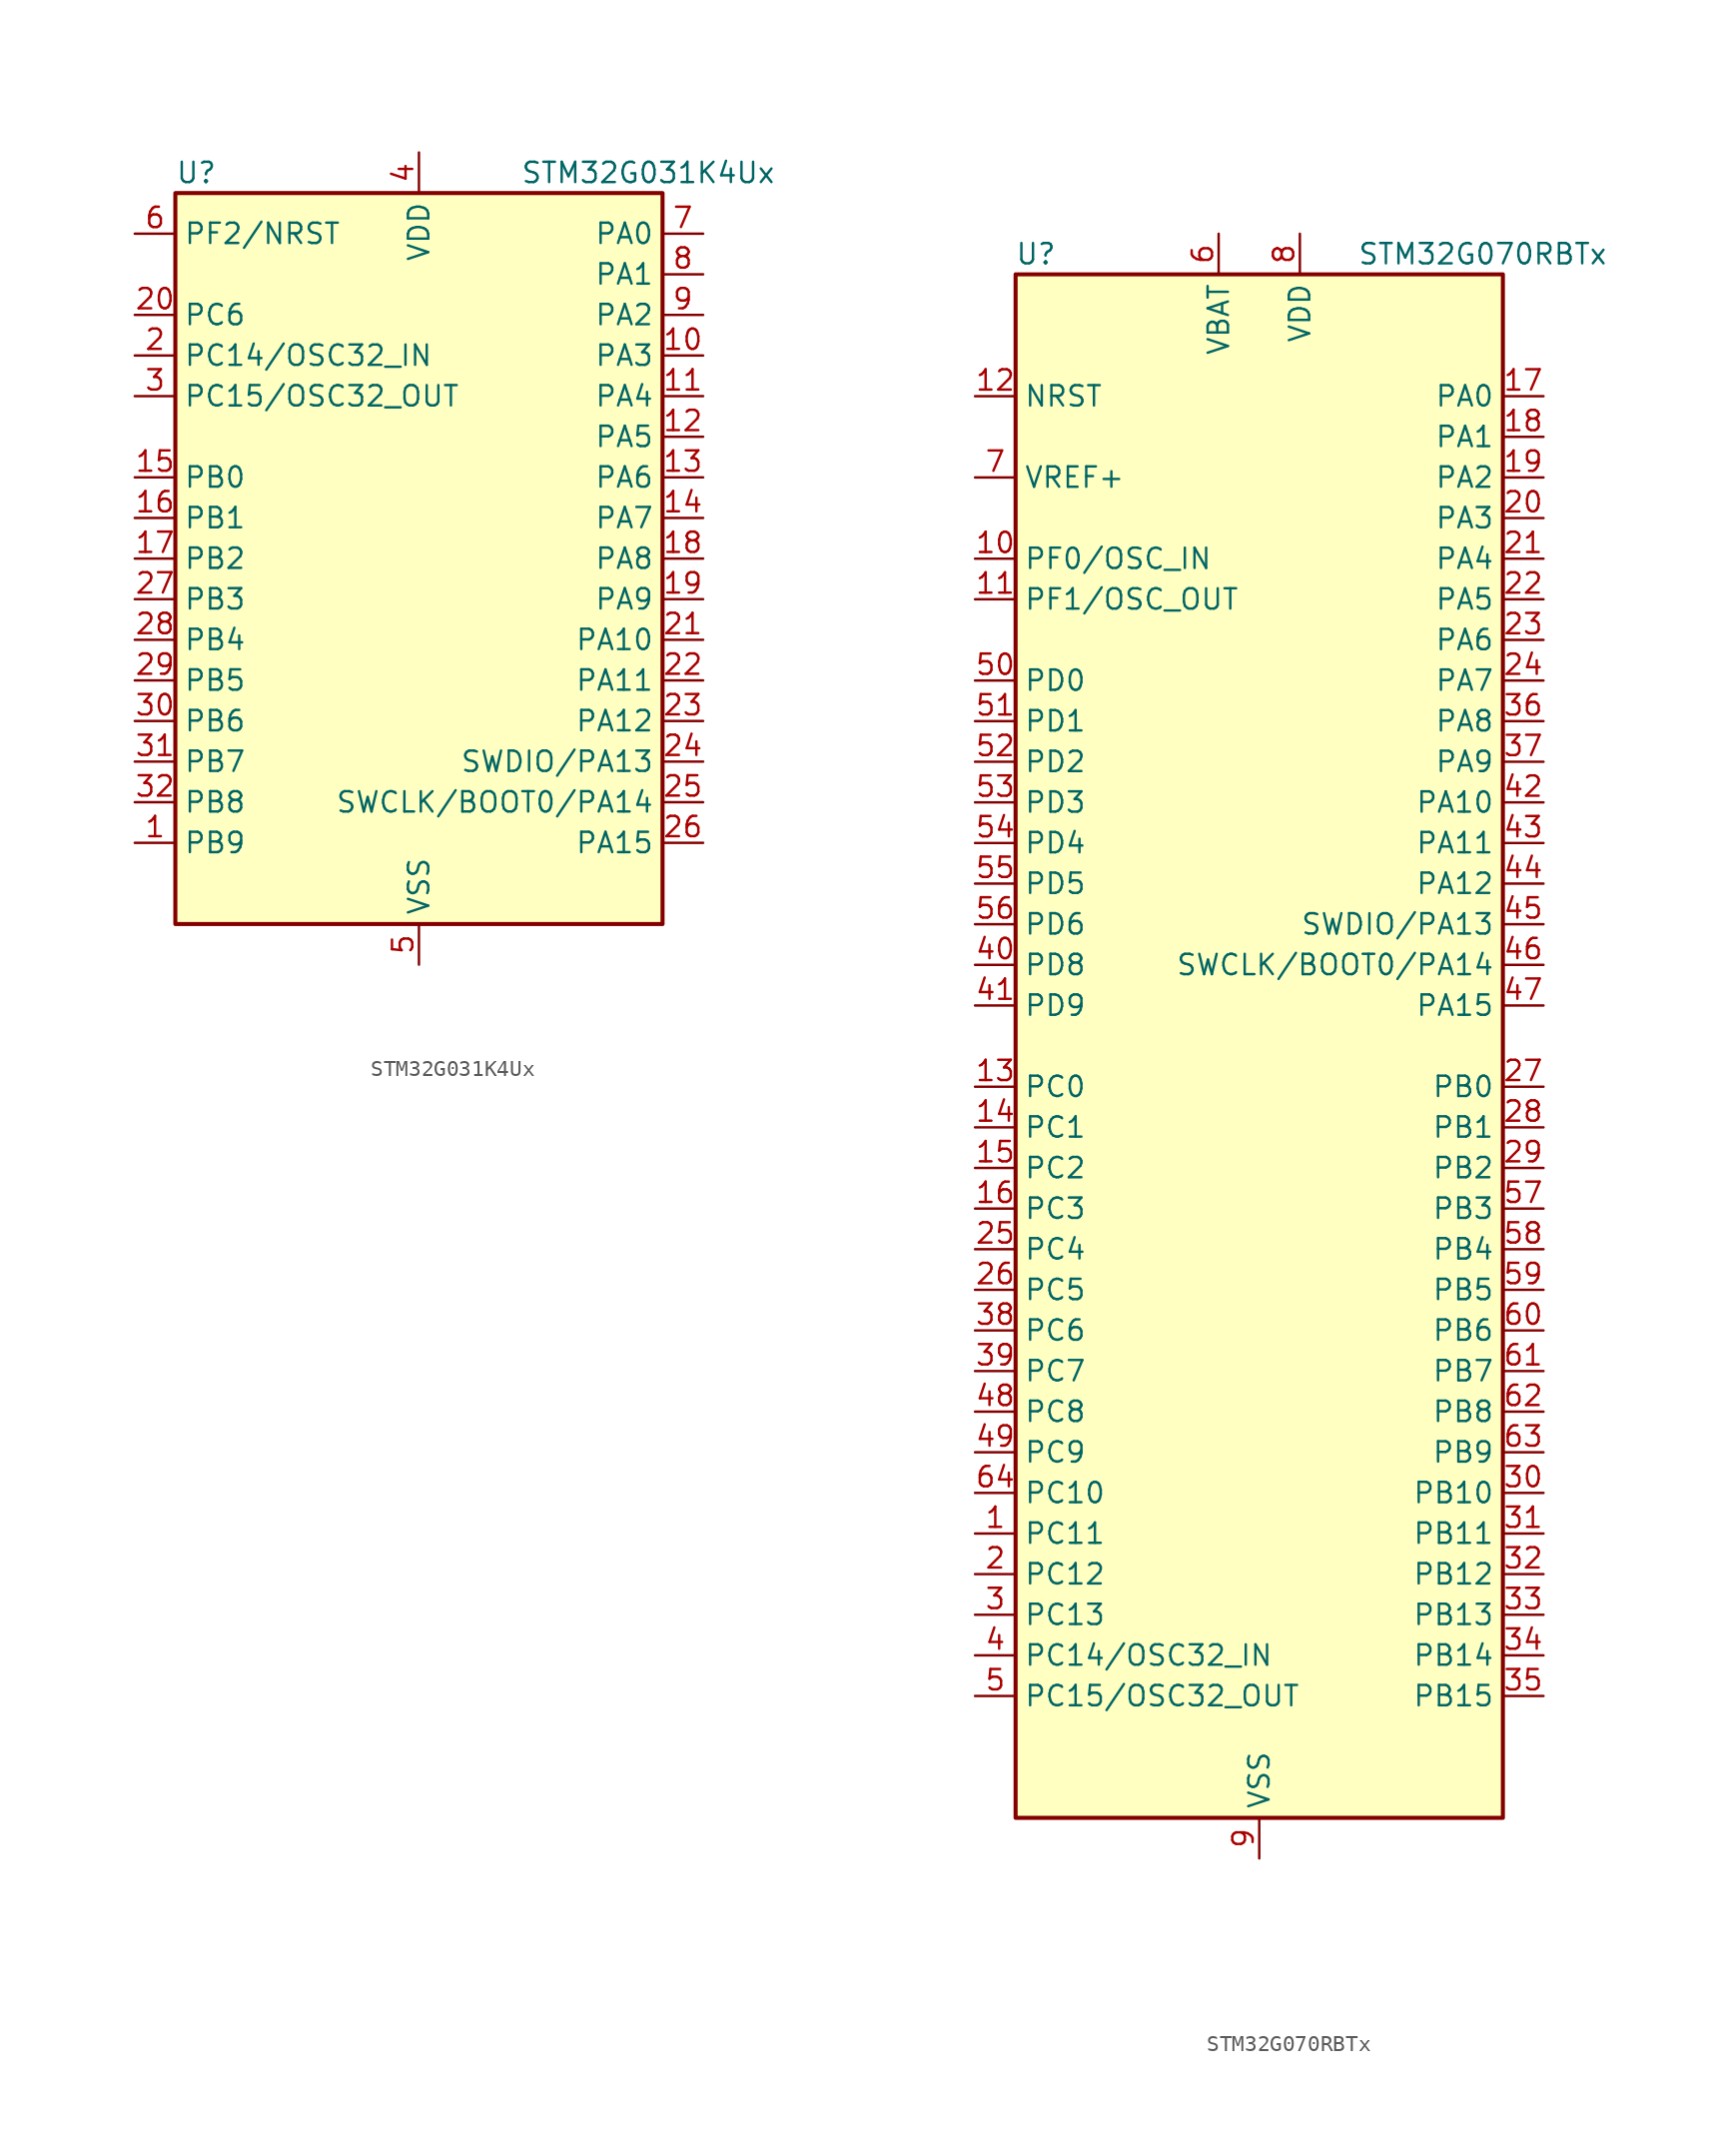
<source format=kicad_sym>
(kicad_symbol_lib
  (version 20211014)
  (generator kicad_symbol_editor)
  (symbol "STM32G031K4Ux"
    (property "Reference" "U"
      (at -15.24 24.13 0)
      (effects (font (size 1.27 1.27)) (justify left)))
    (property "Value" "STM32G031K4Ux"
      (at 6.35 24.13 0)
      (effects (font (size 1.27 1.27)) (justify left)))
    (symbol "STM32G031K4Ux_0_1"
      (rectangle (start -15.24 -22.86) (end 15.24 22.86) (stroke (width 0.254) (type default) (color 0 0 0 0)) (fill (type background))))
    (symbol "STM32G031K4Ux_1_1"
      (pin bidirectional line (at -17.78 -17.78 0) (length 2.54) (name "PB9" (effects (font (size 1.27 1.27)))) (number "1" (effects (font (size 1.27 1.27)))))
      (pin bidirectional line (at 17.78 12.7 180) (length 2.54) (name "PA3" (effects (font (size 1.27 1.27)))) (number "10" (effects (font (size 1.27 1.27)))))
      (pin bidirectional line (at 17.78 10.16 180) (length 2.54) (name "PA4" (effects (font (size 1.27 1.27)))) (number "11" (effects (font (size 1.27 1.27)))))
      (pin bidirectional line (at 17.78 7.62 180) (length 2.54) (name "PA5" (effects (font (size 1.27 1.27)))) (number "12" (effects (font (size 1.27 1.27)))))
      (pin bidirectional line (at 17.78 5.08 180) (length 2.54) (name "PA6" (effects (font (size 1.27 1.27)))) (number "13" (effects (font (size 1.27 1.27)))))
      (pin bidirectional line (at 17.78 2.54 180) (length 2.54) (name "PA7" (effects (font (size 1.27 1.27)))) (number "14" (effects (font (size 1.27 1.27)))))
      (pin bidirectional line (at -17.78 5.08 0) (length 2.54) (name "PB0" (effects (font (size 1.27 1.27)))) (number "15" (effects (font (size 1.27 1.27)))))
      (pin bidirectional line (at -17.78 2.54 0) (length 2.54) (name "PB1" (effects (font (size 1.27 1.27)))) (number "16" (effects (font (size 1.27 1.27)))))
      (pin bidirectional line (at -17.78 0 0) (length 2.54) (name "PB2" (effects (font (size 1.27 1.27)))) (number "17" (effects (font (size 1.27 1.27)))))
      (pin bidirectional line (at 17.78 0 180) (length 2.54) (name "PA8" (effects (font (size 1.27 1.27)))) (number "18" (effects (font (size 1.27 1.27)))))
      (pin bidirectional line (at 17.78 -2.54 180) (length 2.54) (name "PA9" (effects (font (size 1.27 1.27)))) (number "19" (effects (font (size 1.27 1.27)))))
      (pin bidirectional line (at -17.78 12.7 0) (length 2.54) (name "PC14/OSC32_IN" (effects (font (size 1.27 1.27)))) (number "2" (effects (font (size 1.27 1.27)))))
      (pin bidirectional line (at -17.78 15.24 0) (length 2.54) (name "PC6" (effects (font (size 1.27 1.27)))) (number "20" (effects (font (size 1.27 1.27)))))
      (pin bidirectional line (at 17.78 -5.08 180) (length 2.54) (name "PA10" (effects (font (size 1.27 1.27)))) (number "21" (effects (font (size 1.27 1.27)))))
      (pin bidirectional line (at 17.78 -7.62 180) (length 2.54) (name "PA11" (effects (font (size 1.27 1.27)))) (number "22" (effects (font (size 1.27 1.27)))))
      (pin bidirectional line (at 17.78 -10.16 180) (length 2.54) (name "PA12" (effects (font (size 1.27 1.27)))) (number "23" (effects (font (size 1.27 1.27)))))
      (pin bidirectional line (at 17.78 -12.7 180) (length 2.54) (name "SWDIO/PA13" (effects (font (size 1.27 1.27)))) (number "24" (effects (font (size 1.27 1.27)))))
      (pin bidirectional line (at 17.78 -15.24 180) (length 2.54) (name "SWCLK/BOOT0/PA14" (effects (font (size 1.27 1.27)))) (number "25" (effects (font (size 1.27 1.27)))))
      (pin bidirectional line (at 17.78 -17.78 180) (length 2.54) (name "PA15" (effects (font (size 1.27 1.27)))) (number "26" (effects (font (size 1.27 1.27)))))
      (pin bidirectional line (at -17.78 -2.54 0) (length 2.54) (name "PB3" (effects (font (size 1.27 1.27)))) (number "27" (effects (font (size 1.27 1.27)))))
      (pin bidirectional line (at -17.78 -5.08 0) (length 2.54) (name "PB4" (effects (font (size 1.27 1.27)))) (number "28" (effects (font (size 1.27 1.27)))))
      (pin bidirectional line (at -17.78 -7.62 0) (length 2.54) (name "PB5" (effects (font (size 1.27 1.27)))) (number "29" (effects (font (size 1.27 1.27)))))
      (pin bidirectional line (at -17.78 10.16 0) (length 2.54) (name "PC15/OSC32_OUT" (effects (font (size 1.27 1.27)))) (number "3" (effects (font (size 1.27 1.27)))))
      (pin bidirectional line (at -17.78 -10.16 0) (length 2.54) (name "PB6" (effects (font (size 1.27 1.27)))) (number "30" (effects (font (size 1.27 1.27)))))
      (pin bidirectional line (at -17.78 -12.7 0) (length 2.54) (name "PB7" (effects (font (size 1.27 1.27)))) (number "31" (effects (font (size 1.27 1.27)))))
      (pin bidirectional line (at -17.78 -15.24 0) (length 2.54) (name "PB8" (effects (font (size 1.27 1.27)))) (number "32" (effects (font (size 1.27 1.27)))))
      (pin power_in line (at 0 25.4 270) (length 2.54) (name "VDD" (effects (font (size 1.27 1.27)))) (number "4" (effects (font (size 1.27 1.27)))))
      (pin power_in line (at 0 -25.4 90) (length 2.54) (name "VSS" (effects (font (size 1.27 1.27)))) (number "5" (effects (font (size 1.27 1.27)))))
      (pin bidirectional line (at -17.78 20.32 0) (length 2.54) (name "PF2/NRST" (effects (font (size 1.27 1.27)))) (number "6" (effects (font (size 1.27 1.27)))))
      (pin bidirectional line (at 17.78 20.32 180) (length 2.54) (name "PA0" (effects (font (size 1.27 1.27)))) (number "7" (effects (font (size 1.27 1.27)))))
      (pin bidirectional line (at 17.78 17.78 180) (length 2.54) (name "PA1" (effects (font (size 1.27 1.27)))) (number "8" (effects (font (size 1.27 1.27)))))
      (pin bidirectional line (at 17.78 15.24 180) (length 2.54) (name "PA2" (effects (font (size 1.27 1.27)))) (number "9" (effects (font (size 1.27 1.27)))))))
  (symbol "STM32G070RBTx"
    (property "Reference" "U"
      (at -13.97 49.53 0)
      (effects (font (size 1.27 1.27))))
    (property "Value" "STM32G070RBTx"
      (at 13.97 49.53 0)
      (effects (font (size 1.27 1.27))))
    (symbol "STM32G070RBTx_0_1"
      (rectangle (start -15.24 48.26) (end 15.24 -48.26) (stroke (width 0.254) (type default) (color 0 0 0 0)) (fill (type background))))
    (symbol "STM32G070RBTx_1_1"
      (pin bidirectional line (at -17.78 -30.48 0) (length 2.54) (name "PC11" (effects (font (size 1.27 1.27)))) (number "1" (effects (font (size 1.27 1.27)))))
      (pin bidirectional line (at -17.78 30.48 0) (length 2.54) (name "PF0/OSC_IN" (effects (font (size 1.27 1.27)))) (number "10" (effects (font (size 1.27 1.27)))))
      (pin bidirectional line (at -17.78 27.94 0) (length 2.54) (name "PF1/OSC_OUT" (effects (font (size 1.27 1.27)))) (number "11" (effects (font (size 1.27 1.27)))))
      (pin input line (at -17.78 40.64 0) (length 2.54) (name "NRST" (effects (font (size 1.27 1.27)))) (number "12" (effects (font (size 1.27 1.27)))))
      (pin bidirectional line (at -17.78 -2.54 0) (length 2.54) (name "PC0" (effects (font (size 1.27 1.27)))) (number "13" (effects (font (size 1.27 1.27)))))
      (pin bidirectional line (at -17.78 -5.08 0) (length 2.54) (name "PC1" (effects (font (size 1.27 1.27)))) (number "14" (effects (font (size 1.27 1.27)))))
      (pin bidirectional line (at -17.78 -7.62 0) (length 2.54) (name "PC2" (effects (font (size 1.27 1.27)))) (number "15" (effects (font (size 1.27 1.27)))))
      (pin bidirectional line (at -17.78 -10.16 0) (length 2.54) (name "PC3" (effects (font (size 1.27 1.27)))) (number "16" (effects (font (size 1.27 1.27)))))
      (pin bidirectional line (at 17.78 40.64 180) (length 2.54) (name "PA0" (effects (font (size 1.27 1.27)))) (number "17" (effects (font (size 1.27 1.27)))))
      (pin bidirectional line (at 17.78 38.1 180) (length 2.54) (name "PA1" (effects (font (size 1.27 1.27)))) (number "18" (effects (font (size 1.27 1.27)))))
      (pin bidirectional line (at 17.78 35.56 180) (length 2.54) (name "PA2" (effects (font (size 1.27 1.27)))) (number "19" (effects (font (size 1.27 1.27)))))
      (pin bidirectional line (at -17.78 -33.02 0) (length 2.54) (name "PC12" (effects (font (size 1.27 1.27)))) (number "2" (effects (font (size 1.27 1.27)))))
      (pin bidirectional line (at 17.78 33.02 180) (length 2.54) (name "PA3" (effects (font (size 1.27 1.27)))) (number "20" (effects (font (size 1.27 1.27)))))
      (pin bidirectional line (at 17.78 30.48 180) (length 2.54) (name "PA4" (effects (font (size 1.27 1.27)))) (number "21" (effects (font (size 1.27 1.27)))))
      (pin bidirectional line (at 17.78 27.94 180) (length 2.54) (name "PA5" (effects (font (size 1.27 1.27)))) (number "22" (effects (font (size 1.27 1.27)))))
      (pin bidirectional line (at 17.78 25.4 180) (length 2.54) (name "PA6" (effects (font (size 1.27 1.27)))) (number "23" (effects (font (size 1.27 1.27)))))
      (pin bidirectional line (at 17.78 22.86 180) (length 2.54) (name "PA7" (effects (font (size 1.27 1.27)))) (number "24" (effects (font (size 1.27 1.27)))))
      (pin bidirectional line (at -17.78 -12.7 0) (length 2.54) (name "PC4" (effects (font (size 1.27 1.27)))) (number "25" (effects (font (size 1.27 1.27)))))
      (pin bidirectional line (at -17.78 -15.24 0) (length 2.54) (name "PC5" (effects (font (size 1.27 1.27)))) (number "26" (effects (font (size 1.27 1.27)))))
      (pin bidirectional line (at 17.78 -2.54 180) (length 2.54) (name "PB0" (effects (font (size 1.27 1.27)))) (number "27" (effects (font (size 1.27 1.27)))))
      (pin bidirectional line (at 17.78 -5.08 180) (length 2.54) (name "PB1" (effects (font (size 1.27 1.27)))) (number "28" (effects (font (size 1.27 1.27)))))
      (pin bidirectional line (at 17.78 -7.62 180) (length 2.54) (name "PB2" (effects (font (size 1.27 1.27)))) (number "29" (effects (font (size 1.27 1.27)))))
      (pin bidirectional line (at -17.78 -35.56 0) (length 2.54) (name "PC13" (effects (font (size 1.27 1.27)))) (number "3" (effects (font (size 1.27 1.27)))))
      (pin bidirectional line (at 17.78 -27.94 180) (length 2.54) (name "PB10" (effects (font (size 1.27 1.27)))) (number "30" (effects (font (size 1.27 1.27)))))
      (pin bidirectional line (at 17.78 -30.48 180) (length 2.54) (name "PB11" (effects (font (size 1.27 1.27)))) (number "31" (effects (font (size 1.27 1.27)))))
      (pin bidirectional line (at 17.78 -33.02 180) (length 2.54) (name "PB12" (effects (font (size 1.27 1.27)))) (number "32" (effects (font (size 1.27 1.27)))))
      (pin bidirectional line (at 17.78 -35.56 180) (length 2.54) (name "PB13" (effects (font (size 1.27 1.27)))) (number "33" (effects (font (size 1.27 1.27)))))
      (pin bidirectional line (at 17.78 -38.1 180) (length 2.54) (name "PB14" (effects (font (size 1.27 1.27)))) (number "34" (effects (font (size 1.27 1.27)))))
      (pin bidirectional line (at 17.78 -40.64 180) (length 2.54) (name "PB15" (effects (font (size 1.27 1.27)))) (number "35" (effects (font (size 1.27 1.27)))))
      (pin bidirectional line (at 17.78 20.32 180) (length 2.54) (name "PA8" (effects (font (size 1.27 1.27)))) (number "36" (effects (font (size 1.27 1.27)))))
      (pin bidirectional line (at 17.78 17.78 180) (length 2.54) (name "PA9" (effects (font (size 1.27 1.27)))) (number "37" (effects (font (size 1.27 1.27)))))
      (pin bidirectional line (at -17.78 -17.78 0) (length 2.54) (name "PC6" (effects (font (size 1.27 1.27)))) (number "38" (effects (font (size 1.27 1.27)))))
      (pin bidirectional line (at -17.78 -20.32 0) (length 2.54) (name "PC7" (effects (font (size 1.27 1.27)))) (number "39" (effects (font (size 1.27 1.27)))))
      (pin bidirectional line (at -17.78 -38.1 0) (length 2.54) (name "PC14/OSC32_IN" (effects (font (size 1.27 1.27)))) (number "4" (effects (font (size 1.27 1.27)))))
      (pin bidirectional line (at -17.78 5.08 0) (length 2.54) (name "PD8" (effects (font (size 1.27 1.27)))) (number "40" (effects (font (size 1.27 1.27)))))
      (pin bidirectional line (at -17.78 2.54 0) (length 2.54) (name "PD9" (effects (font (size 1.27 1.27)))) (number "41" (effects (font (size 1.27 1.27)))))
      (pin bidirectional line (at 17.78 15.24 180) (length 2.54) (name "PA10" (effects (font (size 1.27 1.27)))) (number "42" (effects (font (size 1.27 1.27)))))
      (pin bidirectional line (at 17.78 12.7 180) (length 2.54) (name "PA11" (effects (font (size 1.27 1.27)))) (number "43" (effects (font (size 1.27 1.27)))))
      (pin bidirectional line (at 17.78 10.16 180) (length 2.54) (name "PA12" (effects (font (size 1.27 1.27)))) (number "44" (effects (font (size 1.27 1.27)))))
      (pin bidirectional line (at 17.78 7.62 180) (length 2.54) (name "SWDIO/PA13" (effects (font (size 1.27 1.27)))) (number "45" (effects (font (size 1.27 1.27)))))
      (pin bidirectional line (at 17.78 5.08 180) (length 2.54) (name "SWCLK/BOOT0/PA14" (effects (font (size 1.27 1.27)))) (number "46" (effects (font (size 1.27 1.27)))))
      (pin bidirectional line (at 17.78 2.54 180) (length 2.54) (name "PA15" (effects (font (size 1.27 1.27)))) (number "47" (effects (font (size 1.27 1.27)))))
      (pin bidirectional line (at -17.78 -22.86 0) (length 2.54) (name "PC8" (effects (font (size 1.27 1.27)))) (number "48" (effects (font (size 1.27 1.27)))))
      (pin bidirectional line (at -17.78 -25.4 0) (length 2.54) (name "PC9" (effects (font (size 1.27 1.27)))) (number "49" (effects (font (size 1.27 1.27)))))
      (pin bidirectional line (at -17.78 -40.64 0) (length 2.54) (name "PC15/OSC32_OUT" (effects (font (size 1.27 1.27)))) (number "5" (effects (font (size 1.27 1.27)))))
      (pin bidirectional line (at -17.78 22.86 0) (length 2.54) (name "PD0" (effects (font (size 1.27 1.27)))) (number "50" (effects (font (size 1.27 1.27)))))
      (pin bidirectional line (at -17.78 20.32 0) (length 2.54) (name "PD1" (effects (font (size 1.27 1.27)))) (number "51" (effects (font (size 1.27 1.27)))))
      (pin bidirectional line (at -17.78 17.78 0) (length 2.54) (name "PD2" (effects (font (size 1.27 1.27)))) (number "52" (effects (font (size 1.27 1.27)))))
      (pin bidirectional line (at -17.78 15.24 0) (length 2.54) (name "PD3" (effects (font (size 1.27 1.27)))) (number "53" (effects (font (size 1.27 1.27)))))
      (pin bidirectional line (at -17.78 12.7 0) (length 2.54) (name "PD4" (effects (font (size 1.27 1.27)))) (number "54" (effects (font (size 1.27 1.27)))))
      (pin bidirectional line (at -17.78 10.16 0) (length 2.54) (name "PD5" (effects (font (size 1.27 1.27)))) (number "55" (effects (font (size 1.27 1.27)))))
      (pin bidirectional line (at -17.78 7.62 0) (length 2.54) (name "PD6" (effects (font (size 1.27 1.27)))) (number "56" (effects (font (size 1.27 1.27)))))
      (pin bidirectional line (at 17.78 -10.16 180) (length 2.54) (name "PB3" (effects (font (size 1.27 1.27)))) (number "57" (effects (font (size 1.27 1.27)))))
      (pin bidirectional line (at 17.78 -12.7 180) (length 2.54) (name "PB4" (effects (font (size 1.27 1.27)))) (number "58" (effects (font (size 1.27 1.27)))))
      (pin bidirectional line (at 17.78 -15.24 180) (length 2.54) (name "PB5" (effects (font (size 1.27 1.27)))) (number "59" (effects (font (size 1.27 1.27)))))
      (pin power_in line (at -2.54 50.8 270) (length 2.54) (name "VBAT" (effects (font (size 1.27 1.27)))) (number "6" (effects (font (size 1.27 1.27)))))
      (pin bidirectional line (at 17.78 -17.78 180) (length 2.54) (name "PB6" (effects (font (size 1.27 1.27)))) (number "60" (effects (font (size 1.27 1.27)))))
      (pin bidirectional line (at 17.78 -20.32 180) (length 2.54) (name "PB7" (effects (font (size 1.27 1.27)))) (number "61" (effects (font (size 1.27 1.27)))))
      (pin bidirectional line (at 17.78 -22.86 180) (length 2.54) (name "PB8" (effects (font (size 1.27 1.27)))) (number "62" (effects (font (size 1.27 1.27)))))
      (pin bidirectional line (at 17.78 -25.4 180) (length 2.54) (name "PB9" (effects (font (size 1.27 1.27)))) (number "63" (effects (font (size 1.27 1.27)))))
      (pin bidirectional line (at -17.78 -27.94 0) (length 2.54) (name "PC10" (effects (font (size 1.27 1.27)))) (number "64" (effects (font (size 1.27 1.27)))))
      (pin power_in line (at -17.78 35.56 0) (length 2.54) (name "VREF+" (effects (font (size 1.27 1.27)))) (number "7" (effects (font (size 1.27 1.27)))))
      (pin power_in line (at 2.54 50.8 270) (length 2.54) (name "VDD" (effects (font (size 1.27 1.27)))) (number "8" (effects (font (size 1.27 1.27)))))
      (pin power_in line (at 0 -50.8 90) (length 2.54) (name "VSS" (effects (font (size 1.27 1.27)))) (number "9" (effects (font (size 1.27 1.27))))))))
</source>
